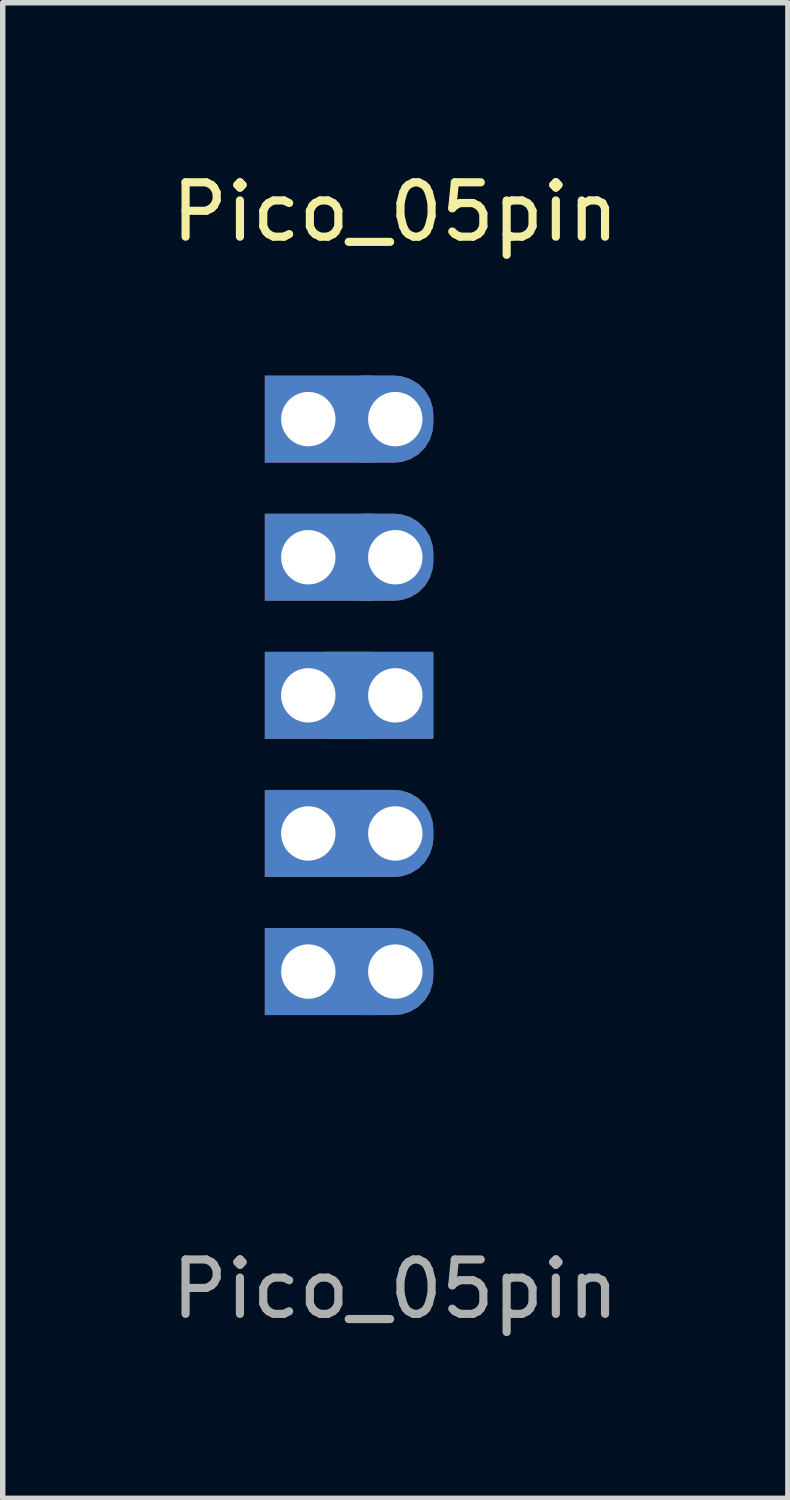
<source format=kicad_pcb>
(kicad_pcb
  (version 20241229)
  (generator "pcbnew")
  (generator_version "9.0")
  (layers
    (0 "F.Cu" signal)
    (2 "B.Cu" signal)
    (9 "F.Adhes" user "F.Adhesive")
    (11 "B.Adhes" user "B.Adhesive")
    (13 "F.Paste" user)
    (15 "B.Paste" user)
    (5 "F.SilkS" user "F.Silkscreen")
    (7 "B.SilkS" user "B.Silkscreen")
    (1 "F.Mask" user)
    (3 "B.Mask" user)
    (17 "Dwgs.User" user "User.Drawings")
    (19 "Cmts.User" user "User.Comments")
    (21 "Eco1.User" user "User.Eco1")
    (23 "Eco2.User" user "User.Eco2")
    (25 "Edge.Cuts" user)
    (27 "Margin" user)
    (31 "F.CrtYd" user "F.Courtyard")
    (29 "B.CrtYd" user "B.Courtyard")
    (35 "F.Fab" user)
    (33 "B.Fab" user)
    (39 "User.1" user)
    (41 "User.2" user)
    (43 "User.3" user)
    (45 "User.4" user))
  (footprint "Pico_05pin"
    (layer "F.Cu")
    (at 4.22 4.658)
    (property "Reference" "Pico_05pin" (at 0 -3.81 0) (unlocked yes) (layer "F.SilkS") (effects (font (size 1 1) (thickness 0.15))))
    (attr through_hole)
    (fp_line (start -1.6 -2.54) (end -1.6 12.7) (stroke (width 0.12) (type default)) (layer "User.4"))
    (fp_text user "${REFERENCE}" (at 0 16 0) (unlocked yes) (layer "F.Fab") (effects (font (size 1 1) (thickness 0.15))))
    (fp_text user "CUT" (at -1.344 -2.521 270) (unlocked yes) (layer "User.4") (effects (font (size 0.5 0.5) (thickness 0.08)) (justify left bottom)))
    (pad "1" thru_hole rect (at -1.6 0) (size 2 1.6) (drill 1 (offset 0.2 0)) (layers "*.Cu" "*.Mask"))
    (pad "1" thru_hole roundrect (at 0 0) (size 2 1.6) (drill 1 (offset -0.3 0)) (layers "*.Cu" "*.Mask") (roundrect_rratio 0.45))
    (pad "2" thru_hole rect (at -1.6 2.54) (size 2 1.6) (drill 1 (offset 0.2 0)) (layers "*.Cu" "*.Mask"))
    (pad "2" thru_hole roundrect (at 0 2.54) (size 2 1.6) (drill 1 (offset -0.3 0)) (layers "*.Cu" "*.Mask") (roundrect_rratio 0.45))
    (pad "3" thru_hole rect (at -1.6 5.08) (size 2 1.6) (drill 1 (offset 0.2 0)) (layers "*.Cu" "*.Mask"))
    (pad "3" thru_hole rect (at 0 5.08) (size 2 1.6) (drill 1 (offset -0.3 0)) (layers "*.Cu" "*.Mask"))
    (pad "4" thru_hole rect (at -1.6 7.62) (size 2 1.6) (drill 1 (offset 0.2 0)) (layers "*.Cu" "*.Mask"))
    (pad "4" thru_hole roundrect (at 0 7.62) (size 2 1.6) (drill 1 (offset -0.3 0)) (layers "*.Cu" "*.Mask") (roundrect_rratio 0.45))
    (pad "5" thru_hole rect (at -1.6 10.16) (size 2 1.6) (drill 1 (offset 0.2 0)) (layers "*.Cu" "*.Mask"))
    (pad "5" thru_hole roundrect (at 0 10.16) (size 2 1.6) (drill 1 (offset -0.3 0)) (layers "*.Cu" "*.Mask") (roundrect_rratio 0.45)))
  (gr_rect
    (start -3 -3)
    (end 11.44 24.506)
    (stroke (width 0.1) (type default))
    (fill no)
    (layer "Edge.Cuts")))
</source>
